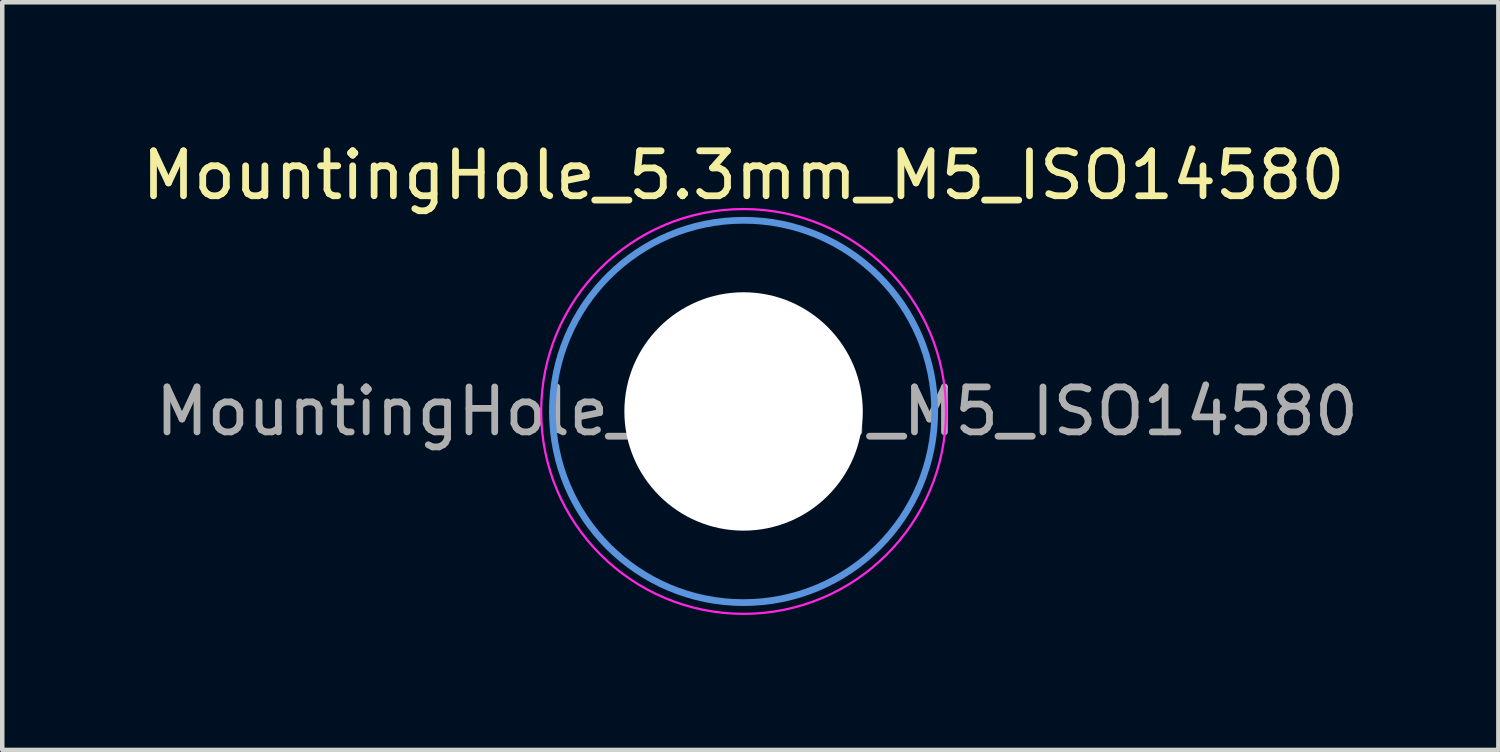
<source format=kicad_pcb>
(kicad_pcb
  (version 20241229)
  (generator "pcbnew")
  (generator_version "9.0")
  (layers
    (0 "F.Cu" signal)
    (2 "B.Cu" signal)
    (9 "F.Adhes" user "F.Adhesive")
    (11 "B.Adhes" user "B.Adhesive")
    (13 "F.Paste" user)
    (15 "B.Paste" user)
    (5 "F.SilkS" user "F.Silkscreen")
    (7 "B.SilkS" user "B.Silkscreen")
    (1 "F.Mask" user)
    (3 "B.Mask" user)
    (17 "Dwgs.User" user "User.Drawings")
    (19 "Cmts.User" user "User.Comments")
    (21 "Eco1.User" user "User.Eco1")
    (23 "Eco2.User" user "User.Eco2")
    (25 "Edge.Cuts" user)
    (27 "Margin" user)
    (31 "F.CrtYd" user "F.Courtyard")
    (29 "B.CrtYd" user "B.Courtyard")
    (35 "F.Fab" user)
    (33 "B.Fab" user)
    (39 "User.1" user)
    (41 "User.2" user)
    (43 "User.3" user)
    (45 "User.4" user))
  (footprint "MountingHole_5.3mm_M5_ISO14580"
    (layer "F.Cu")
    (at 13.482 6.098)
    (property "Reference" "MountingHole_5.3mm_M5_ISO14580" (at 0 -5.25 0) (layer "F.SilkS") (effects (font (size 1 1) (thickness 0.15))))
    (attr exclude_from_pos_files exclude_from_bom)
    (fp_circle (center 0 0) (end 4.25 0) (stroke (width 0.15) (type solid)) (fill no) (layer "Cmts.User"))
    (fp_circle (center 0 0) (end 4.5 0) (stroke (width 0.05) (type solid)) (fill no) (layer "F.CrtYd"))
    (fp_text user "${REFERENCE}" (at 0.3 0 0) (layer "F.Fab") (effects (font (size 1 1) (thickness 0.15))))
    (pad "" np_thru_hole circle (at 0 0) (size 5.3 5.3) (drill 5.3) (layers "*.Cu" "*.Mask")))
  (gr_rect
    (start -3 -3)
    (end 30.264 13.623)
    (stroke (width 0.1) (type default))
    (fill no)
    (layer "Edge.Cuts")))
</source>
